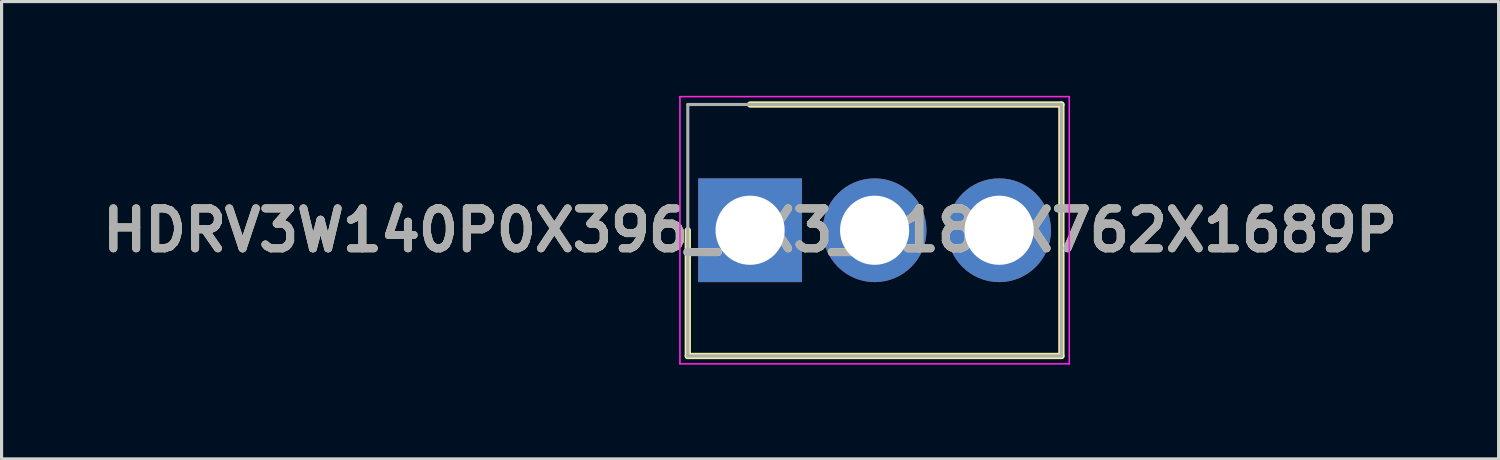
<source format=kicad_pcb>
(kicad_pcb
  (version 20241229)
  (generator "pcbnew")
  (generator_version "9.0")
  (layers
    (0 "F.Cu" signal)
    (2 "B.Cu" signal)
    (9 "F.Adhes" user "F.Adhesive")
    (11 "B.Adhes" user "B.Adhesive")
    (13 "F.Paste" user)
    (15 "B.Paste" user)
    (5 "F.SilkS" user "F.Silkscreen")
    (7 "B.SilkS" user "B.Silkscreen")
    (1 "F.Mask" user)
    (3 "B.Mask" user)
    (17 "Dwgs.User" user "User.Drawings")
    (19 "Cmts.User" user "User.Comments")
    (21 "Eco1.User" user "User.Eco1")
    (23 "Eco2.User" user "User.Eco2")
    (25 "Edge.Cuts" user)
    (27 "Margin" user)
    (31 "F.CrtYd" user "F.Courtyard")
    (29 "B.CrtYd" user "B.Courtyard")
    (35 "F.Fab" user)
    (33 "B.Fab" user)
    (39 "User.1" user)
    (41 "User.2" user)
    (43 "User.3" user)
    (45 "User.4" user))
  (footprint "HDRV3W140P0X396_1X3_1189X762X1689P"
    (layer "F.Cu")
    (at 20.816 4.276)
    (property "Reference" "HDRV3W140P0X396_1X3_1189X762X1689P" (at 0 0 0) (layer "F.SilkS") (effects (font (size 1.27 1.27) (thickness 0.254))))
    (attr through_hole)
    (fp_line (start -1.982 0) (end -1.982 4) (stroke (width 0.2) (type solid)) (layer "F.SilkS"))
    (fp_line (start -1.982 4) (end 9.905 4) (stroke (width 0.2) (type solid)) (layer "F.SilkS"))
    (fp_line (start 9.905 -4.001) (end 0 -4.001) (stroke (width 0.2) (type solid)) (layer "F.SilkS"))
    (fp_line (start 9.905 4) (end 9.905 -4.001) (stroke (width 0.2) (type solid)) (layer "F.SilkS"))
    (fp_line (start -2.232 -4.251) (end 10.155 -4.251) (stroke (width 0.05) (type solid)) (layer "F.CrtYd"))
    (fp_line (start -2.232 4.25) (end -2.232 -4.251) (stroke (width 0.05) (type solid)) (layer "F.CrtYd"))
    (fp_line (start 10.155 -4.251) (end 10.155 4.25) (stroke (width 0.05) (type solid)) (layer "F.CrtYd"))
    (fp_line (start 10.155 4.25) (end -2.232 4.25) (stroke (width 0.05) (type solid)) (layer "F.CrtYd"))
    (fp_line (start -1.982 -4.001) (end 9.905 -4.001) (stroke (width 0.1) (type solid)) (layer "F.Fab"))
    (fp_line (start -1.982 4) (end -1.982 -4.001) (stroke (width 0.1) (type solid)) (layer "F.Fab"))
    (fp_line (start 9.905 -4.001) (end 9.905 4) (stroke (width 0.1) (type solid)) (layer "F.Fab"))
    (fp_line (start 9.905 4) (end -1.982 4) (stroke (width 0.1) (type solid)) (layer "F.Fab"))
    (fp_text user "${REFERENCE}" (at 0 0 0) (layer "F.Fab") (effects (font (size 1.27 1.27) (thickness 0.254))))
    (pad "1" thru_hole rect (at 0 0) (size 3.3 3.3) (drill 2.2) (layers "*.Cu" "*.Mask"))
    (pad "2" thru_hole circle (at 3.962 0) (size 3.3 3.3) (drill 2.2) (layers "*.Cu" "*.Mask"))
    (pad "3" thru_hole circle (at 7.924 0) (size 3.3 3.3) (drill 2.2) (layers "*.Cu" "*.Mask")))
  (gr_rect
    (start -3 -3)
    (end 44.632 11.551)
    (stroke (width 0.1) (type default))
    (fill no)
    (layer "Edge.Cuts")))
</source>
